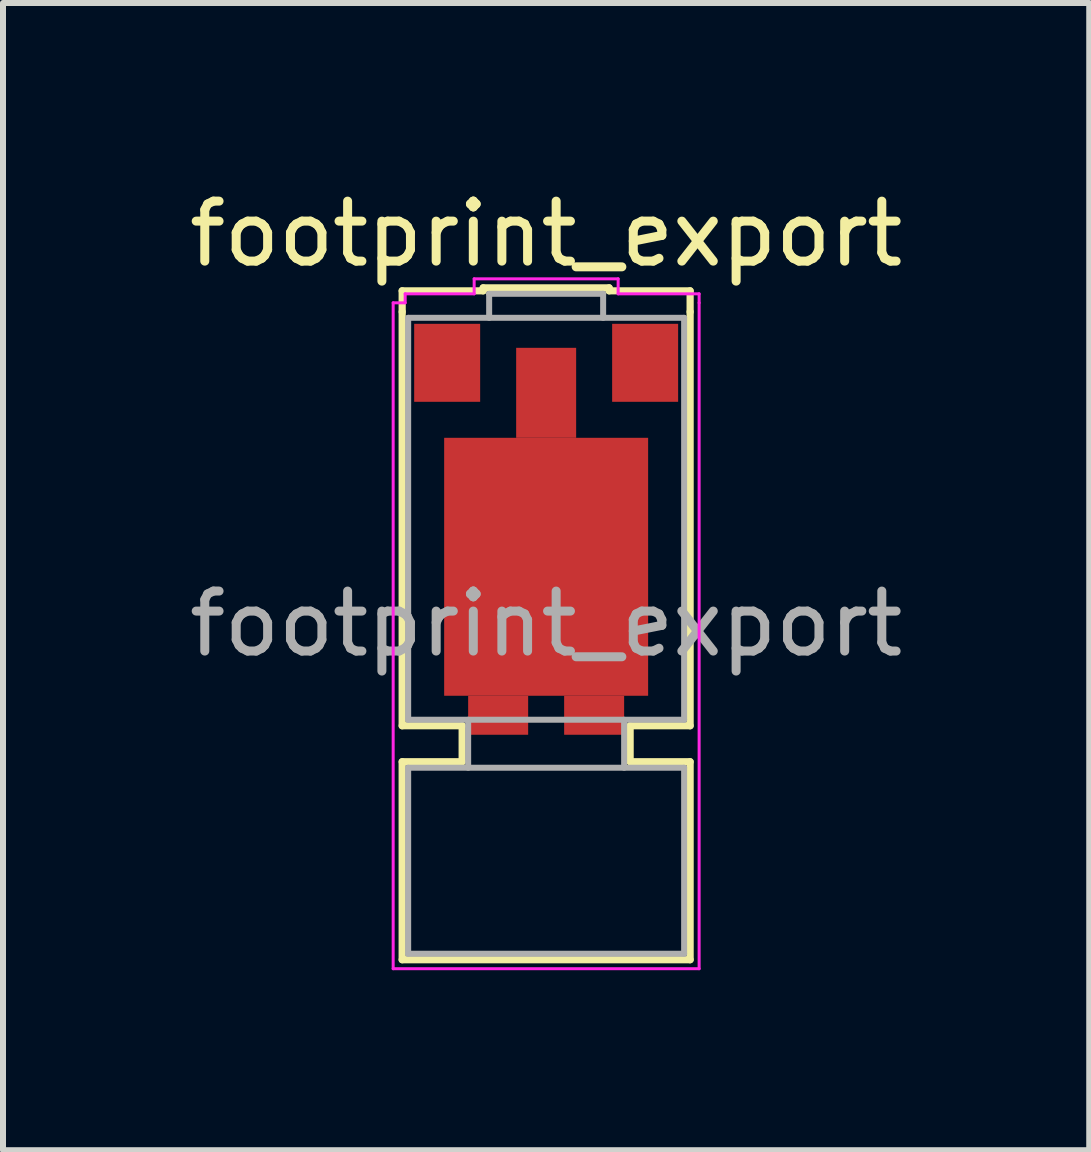
<source format=kicad_pcb>
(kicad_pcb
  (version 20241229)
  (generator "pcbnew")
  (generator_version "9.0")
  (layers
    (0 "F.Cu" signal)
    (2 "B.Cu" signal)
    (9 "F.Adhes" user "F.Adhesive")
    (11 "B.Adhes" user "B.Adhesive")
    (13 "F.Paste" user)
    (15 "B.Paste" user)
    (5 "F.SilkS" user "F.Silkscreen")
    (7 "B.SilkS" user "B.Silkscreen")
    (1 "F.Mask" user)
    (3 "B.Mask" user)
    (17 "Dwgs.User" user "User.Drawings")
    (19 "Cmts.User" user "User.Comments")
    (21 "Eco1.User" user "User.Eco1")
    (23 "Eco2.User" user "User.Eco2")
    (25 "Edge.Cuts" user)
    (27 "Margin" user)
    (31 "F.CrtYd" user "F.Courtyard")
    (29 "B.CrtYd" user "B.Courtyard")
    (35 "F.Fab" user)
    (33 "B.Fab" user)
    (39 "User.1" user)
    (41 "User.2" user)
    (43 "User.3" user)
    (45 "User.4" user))
  (footprint "footprint_export"
    (layer "F.Cu")
    (at 6.054 7.348)
    (property "Reference" "footprint_export" (at 0 -6.5 0) (layer "F.SilkS") (effects (font (size 1 1) (thickness 0.15))))
    (attr smd)
    (fp_line (start -2.4 -5.55) (end -1.05 -5.55) (stroke (width 0.12) (type solid)) (layer "F.SilkS"))
    (fp_line (start -2.4 -5.2) (end -2.4 -5.55) (stroke (width 0.12) (type solid)) (layer "F.SilkS"))
    (fp_line (start -2.4 1.7) (end -2.4 -5.2) (stroke (width 0.12) (type solid)) (layer "F.SilkS"))
    (fp_line (start -2.4 2.3) (end -1.4 2.3) (stroke (width 0.12) (type solid)) (layer "F.SilkS"))
    (fp_line (start -2.4 5.6) (end -2.4 2.3) (stroke (width 0.12) (type solid)) (layer "F.SilkS"))
    (fp_line (start -1.4 1.7) (end -2.4 1.7) (stroke (width 0.12) (type solid)) (layer "F.SilkS"))
    (fp_line (start -1.4 2.3) (end -1.4 1.7) (stroke (width 0.12) (type solid)) (layer "F.SilkS"))
    (fp_line (start -1.05 -5.6) (end 1.05 -5.6) (stroke (width 0.12) (type solid)) (layer "F.SilkS"))
    (fp_line (start -1.05 -5.55) (end -1.05 -5.6) (stroke (width 0.12) (type solid)) (layer "F.SilkS"))
    (fp_line (start 1.05 -5.6) (end 1.05 -5.55) (stroke (width 0.12) (type solid)) (layer "F.SilkS"))
    (fp_line (start 1.05 -5.55) (end 2.4 -5.55) (stroke (width 0.12) (type solid)) (layer "F.SilkS"))
    (fp_line (start 1.4 1.7) (end 1.4 2.3) (stroke (width 0.12) (type solid)) (layer "F.SilkS"))
    (fp_line (start 1.4 2.3) (end 2.4 2.3) (stroke (width 0.12) (type solid)) (layer "F.SilkS"))
    (fp_line (start 2.4 -5.55) (end 2.4 -5.2) (stroke (width 0.12) (type solid)) (layer "F.SilkS"))
    (fp_line (start 2.4 -5.2) (end 2.4 1.7) (stroke (width 0.12) (type solid)) (layer "F.SilkS"))
    (fp_line (start 2.4 1.7) (end 1.4 1.7) (stroke (width 0.12) (type solid)) (layer "F.SilkS"))
    (fp_line (start 2.4 2.3) (end 2.4 5.6) (stroke (width 0.12) (type solid)) (layer "F.SilkS"))
    (fp_line (start 2.4 5.6) (end -2.4 5.6) (stroke (width 0.12) (type solid)) (layer "F.SilkS"))
    (fp_line (start -2.55 -5.35) (end -2.35 -5.35) (stroke (width 0.05) (type solid)) (layer "F.CrtYd"))
    (fp_line (start -2.55 5.75) (end -2.55 -5.35) (stroke (width 0.05) (type solid)) (layer "F.CrtYd"))
    (fp_line (start -2.35 -5.5) (end -1.2 -5.5) (stroke (width 0.05) (type solid)) (layer "F.CrtYd"))
    (fp_line (start -2.35 -5.35) (end -2.35 -5.5) (stroke (width 0.05) (type solid)) (layer "F.CrtYd"))
    (fp_line (start -1.2 -5.75) (end 1.2 -5.75) (stroke (width 0.05) (type solid)) (layer "F.CrtYd"))
    (fp_line (start -1.2 -5.5) (end -1.2 -5.75) (stroke (width 0.05) (type solid)) (layer "F.CrtYd"))
    (fp_line (start 1.2 -5.75) (end 1.2 -5.5) (stroke (width 0.05) (type solid)) (layer "F.CrtYd"))
    (fp_line (start 1.2 -5.5) (end 2.55 -5.5) (stroke (width 0.05) (type solid)) (layer "F.CrtYd"))
    (fp_line (start 2.55 -5.5) (end 2.55 -5.35) (stroke (width 0.05) (type solid)) (layer "F.CrtYd"))
    (fp_line (start 2.55 -5.35) (end 2.55 5.75) (stroke (width 0.05) (type solid)) (layer "F.CrtYd"))
    (fp_line (start 2.55 5.75) (end -2.55 5.75) (stroke (width 0.05) (type solid)) (layer "F.CrtYd"))
    (fp_line (start -2.3 -5.1) (end -2.3 1.6) (stroke (width 0.1) (type solid)) (layer "F.Fab"))
    (fp_line (start -2.3 1.6) (end 2.3 1.6) (stroke (width 0.1) (type solid)) (layer "F.Fab"))
    (fp_line (start -2.3 2.4) (end -2.3 5.5) (stroke (width 0.1) (type solid)) (layer "F.Fab"))
    (fp_line (start -2.3 5.5) (end 2.3 5.5) (stroke (width 0.1) (type solid)) (layer "F.Fab"))
    (fp_line (start -1.3 1.6) (end -1.3 2.4) (stroke (width 0.1) (type solid)) (layer "F.Fab"))
    (fp_line (start -0.95 -5.5) (end -0.95 -5.1) (stroke (width 0.1) (type solid)) (layer "F.Fab"))
    (fp_line (start 0.95 -5.5) (end -0.95 -5.5) (stroke (width 0.1) (type solid)) (layer "F.Fab"))
    (fp_line (start 0.95 -5.1) (end 0.95 -5.5) (stroke (width 0.1) (type solid)) (layer "F.Fab"))
    (fp_line (start 1.3 1.6) (end 1.3 2.4) (stroke (width 0.1) (type solid)) (layer "F.Fab"))
    (fp_line (start 2.3 -5.1) (end -2.3 -5.1) (stroke (width 0.1) (type solid)) (layer "F.Fab"))
    (fp_line (start 2.3 1.6) (end 2.3 -5.1) (stroke (width 0.1) (type solid)) (layer "F.Fab"))
    (fp_line (start 2.3 2.4) (end -2.3 2.4) (stroke (width 0.1) (type solid)) (layer "F.Fab"))
    (fp_line (start 2.3 5.5) (end 2.3 2.4) (stroke (width 0.1) (type solid)) (layer "F.Fab"))
    (fp_text user "${REFERENCE}" (at 0 0 0) (layer "F.Fab") (effects (font (size 1 1) (thickness 0.15))))
    (pad "" smd rect (at -0.85 -2.315 270) (size 1.07 1.4) (layers "F.Paste"))
    (pad "" smd rect (at -0.85 -0.905 270) (size 1.07 1.4) (layers "F.Paste"))
    (pad "" smd rect (at -0.85 0.505 270) (size 1.07 1.4) (layers "F.Paste"))
    (pad "" smd rect (at 0.85 -2.315 270) (size 1.07 1.4) (layers "F.Paste"))
    (pad "" smd rect (at 0.85 -0.905 270) (size 1.07 1.4) (layers "F.Paste"))
    (pad "" smd rect (at 0.85 0.505 270) (size 1.07 1.4) (layers "F.Paste"))
    (pad "1" smd rect (at -1.65 -4.35 270) (size 1.3 1.1) (layers "F.Cu" "F.Mask" "F.Paste"))
    (pad "2" smd rect (at 1.65 -4.35 270) (size 1.3 1.1) (layers "F.Cu" "F.Mask" "F.Paste"))
    (pad "SH" smd rect (at -0.8 1.525) (size 1 0.65) (layers "F.Cu" "F.Mask" "F.Paste"))
    (pad "SH" smd rect (at 0 -3.85 270) (size 1.5 1) (layers "F.Cu" "F.Mask" "F.Paste"))
    (pad "SH" smd rect (at 0 -0.95 270) (size 4.3 3.4) (layers "F.Cu" "F.Mask"))
    (pad "SH" smd rect (at 0.8 1.525) (size 1 0.65) (layers "F.Cu" "F.Mask" "F.Paste")))
  (gr_rect
    (start -3 -3)
    (end 15.107 16.123)
    (stroke (width 0.1) (type default))
    (fill no)
    (layer "Edge.Cuts")))
</source>
